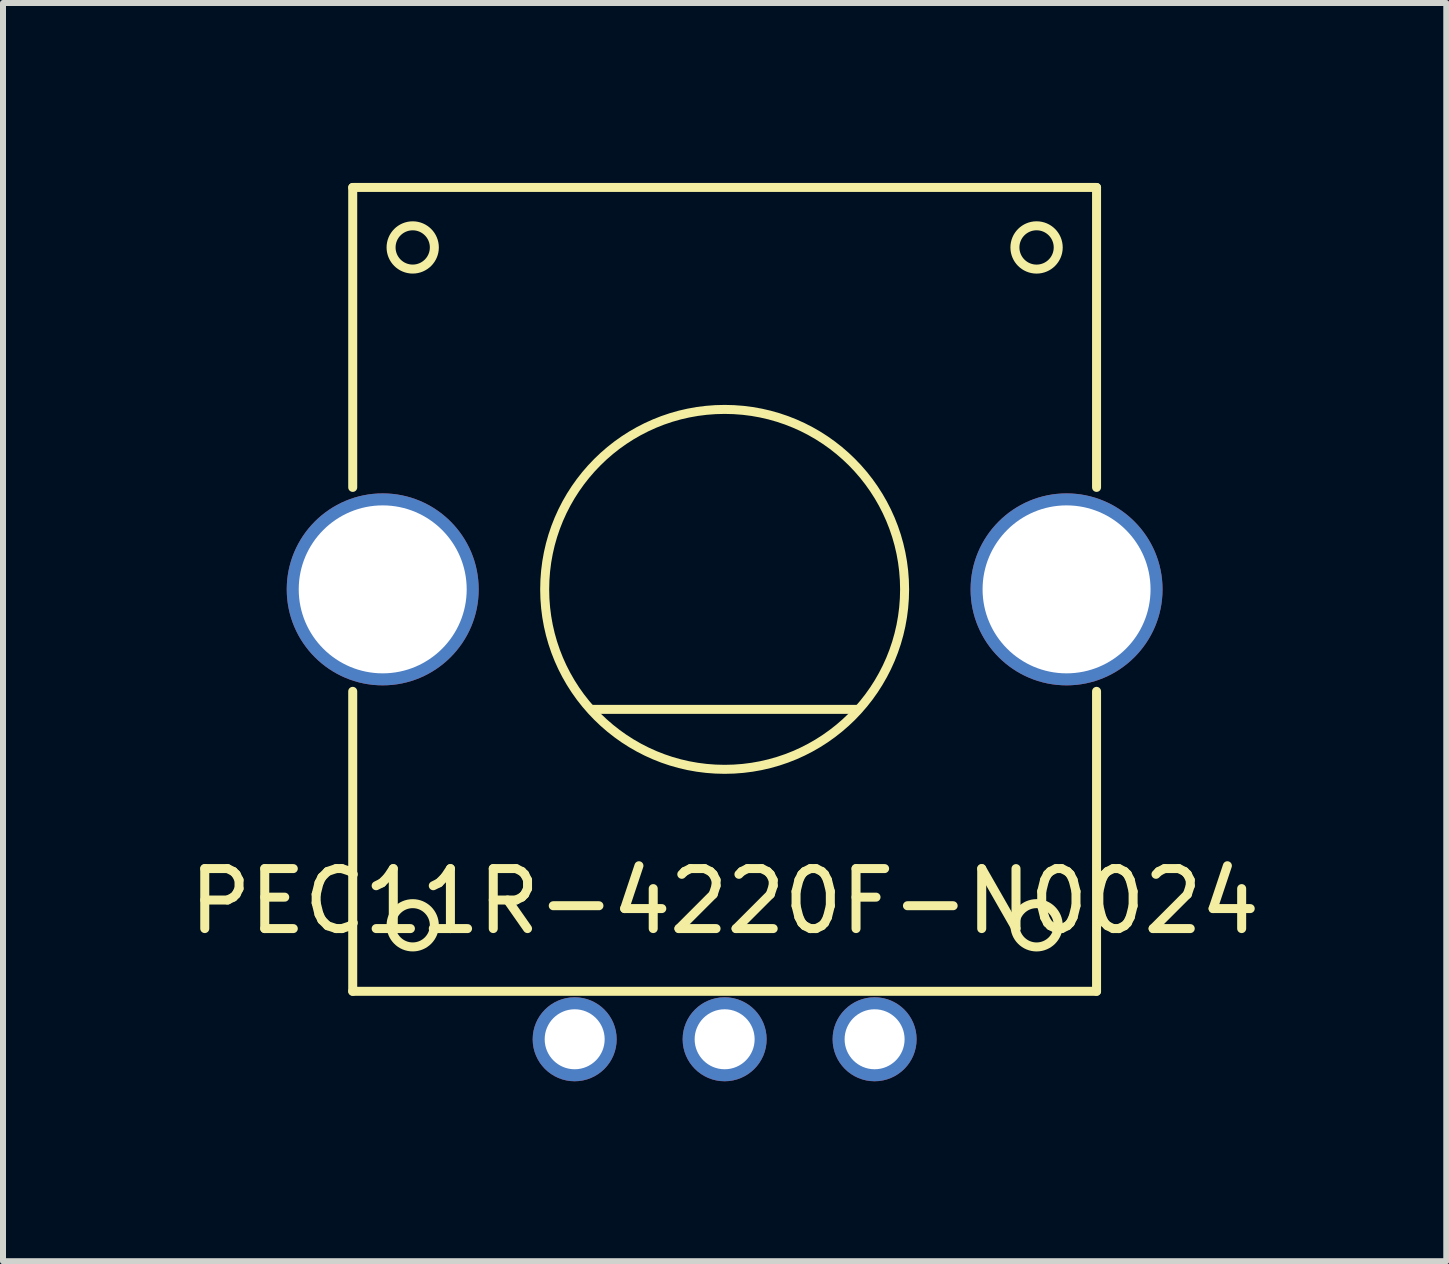
<source format=kicad_pcb>
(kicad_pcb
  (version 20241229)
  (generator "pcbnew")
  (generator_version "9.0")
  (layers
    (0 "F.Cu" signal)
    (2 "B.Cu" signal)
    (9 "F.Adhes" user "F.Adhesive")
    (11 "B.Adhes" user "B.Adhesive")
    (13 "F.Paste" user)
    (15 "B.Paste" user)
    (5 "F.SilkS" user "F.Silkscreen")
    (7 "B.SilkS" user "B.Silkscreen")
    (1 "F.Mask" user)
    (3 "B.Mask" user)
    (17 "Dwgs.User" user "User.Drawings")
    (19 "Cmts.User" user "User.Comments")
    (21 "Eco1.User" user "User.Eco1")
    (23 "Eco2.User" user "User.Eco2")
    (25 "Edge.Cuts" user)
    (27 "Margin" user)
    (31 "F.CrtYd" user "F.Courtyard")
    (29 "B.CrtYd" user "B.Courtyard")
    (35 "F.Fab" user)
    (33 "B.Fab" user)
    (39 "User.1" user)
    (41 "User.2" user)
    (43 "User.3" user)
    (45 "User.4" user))
  (footprint "PEC11R-4220F-N0024"
    (layer "F.Cu")
    (at 9.03 6.775)
    (property "Reference" "PEC11R-4220F-N0024" (at 0 5.2 0) (unlocked yes) (layer "F.SilkS") (effects (font (size 1 1) (thickness 0.15))))
    (attr through_hole)
    (fp_line (start -6.2 -6.7) (end -6.2 -1.7) (stroke (width 0.15) (type solid)) (layer "F.SilkS"))
    (fp_line (start -6.2 -6.7) (end 6.2 -6.7) (stroke (width 0.15) (type solid)) (layer "F.SilkS"))
    (fp_line (start -6.2 6.7) (end -6.2 1.7) (stroke (width 0.15) (type solid)) (layer "F.SilkS"))
    (fp_line (start -6.2 6.7) (end 6.2 6.7) (stroke (width 0.15) (type solid)) (layer "F.SilkS"))
    (fp_line (start -2.2 2) (end 2.2 2) (stroke (width 0.15) (type solid)) (layer "F.SilkS"))
    (fp_line (start 6.2 -6.7) (end 6.2 -1.7) (stroke (width 0.15) (type solid)) (layer "F.SilkS"))
    (fp_line (start 6.2 6.7) (end 6.2 1.7) (stroke (width 0.15) (type solid)) (layer "F.SilkS"))
    (fp_circle (center -5.2 -5.7) (end -5 -5.4) (stroke (width 0.15) (type solid)) (fill no) (layer "F.SilkS"))
    (fp_circle (center -5.2 5.6) (end -5 5.9) (stroke (width 0.15) (type solid)) (fill no) (layer "F.SilkS"))
    (fp_circle (center 0 0) (end 3 0) (stroke (width 0.15) (type solid)) (fill no) (layer "F.SilkS"))
    (fp_circle (center 5.2 -5.7) (end 5.561 -5.7) (stroke (width 0.15) (type solid)) (fill no) (layer "F.SilkS"))
    (fp_circle (center 5.2 5.6) (end 5.561 5.6) (stroke (width 0.15) (type solid)) (fill no) (layer "F.SilkS"))
    (pad "" thru_hole circle (at -5.7 0) (size 3.2 3.2) (drill 2.8) (layers "*.Cu" "*.Mask"))
    (pad "" thru_hole circle (at 5.7 0) (size 3.2 3.2) (drill 2.8) (layers "*.Cu" "*.Mask"))
    (pad "A" thru_hole circle (at -2.5 7.5) (size 1.4 1.4) (drill 1) (layers "*.Cu" "*.Mask"))
    (pad "B" thru_hole circle (at 2.5 7.5) (size 1.4 1.4) (drill 1) (layers "*.Cu" "*.Mask"))
    (pad "C" thru_hole circle (at 0 7.5) (size 1.4 1.4) (drill 1) (layers "*.Cu" "*.Mask")))
  (gr_rect
    (start -3 -3)
    (end 21.06 17.975)
    (stroke (width 0.1) (type default))
    (fill no)
    (layer "Edge.Cuts")))
</source>
